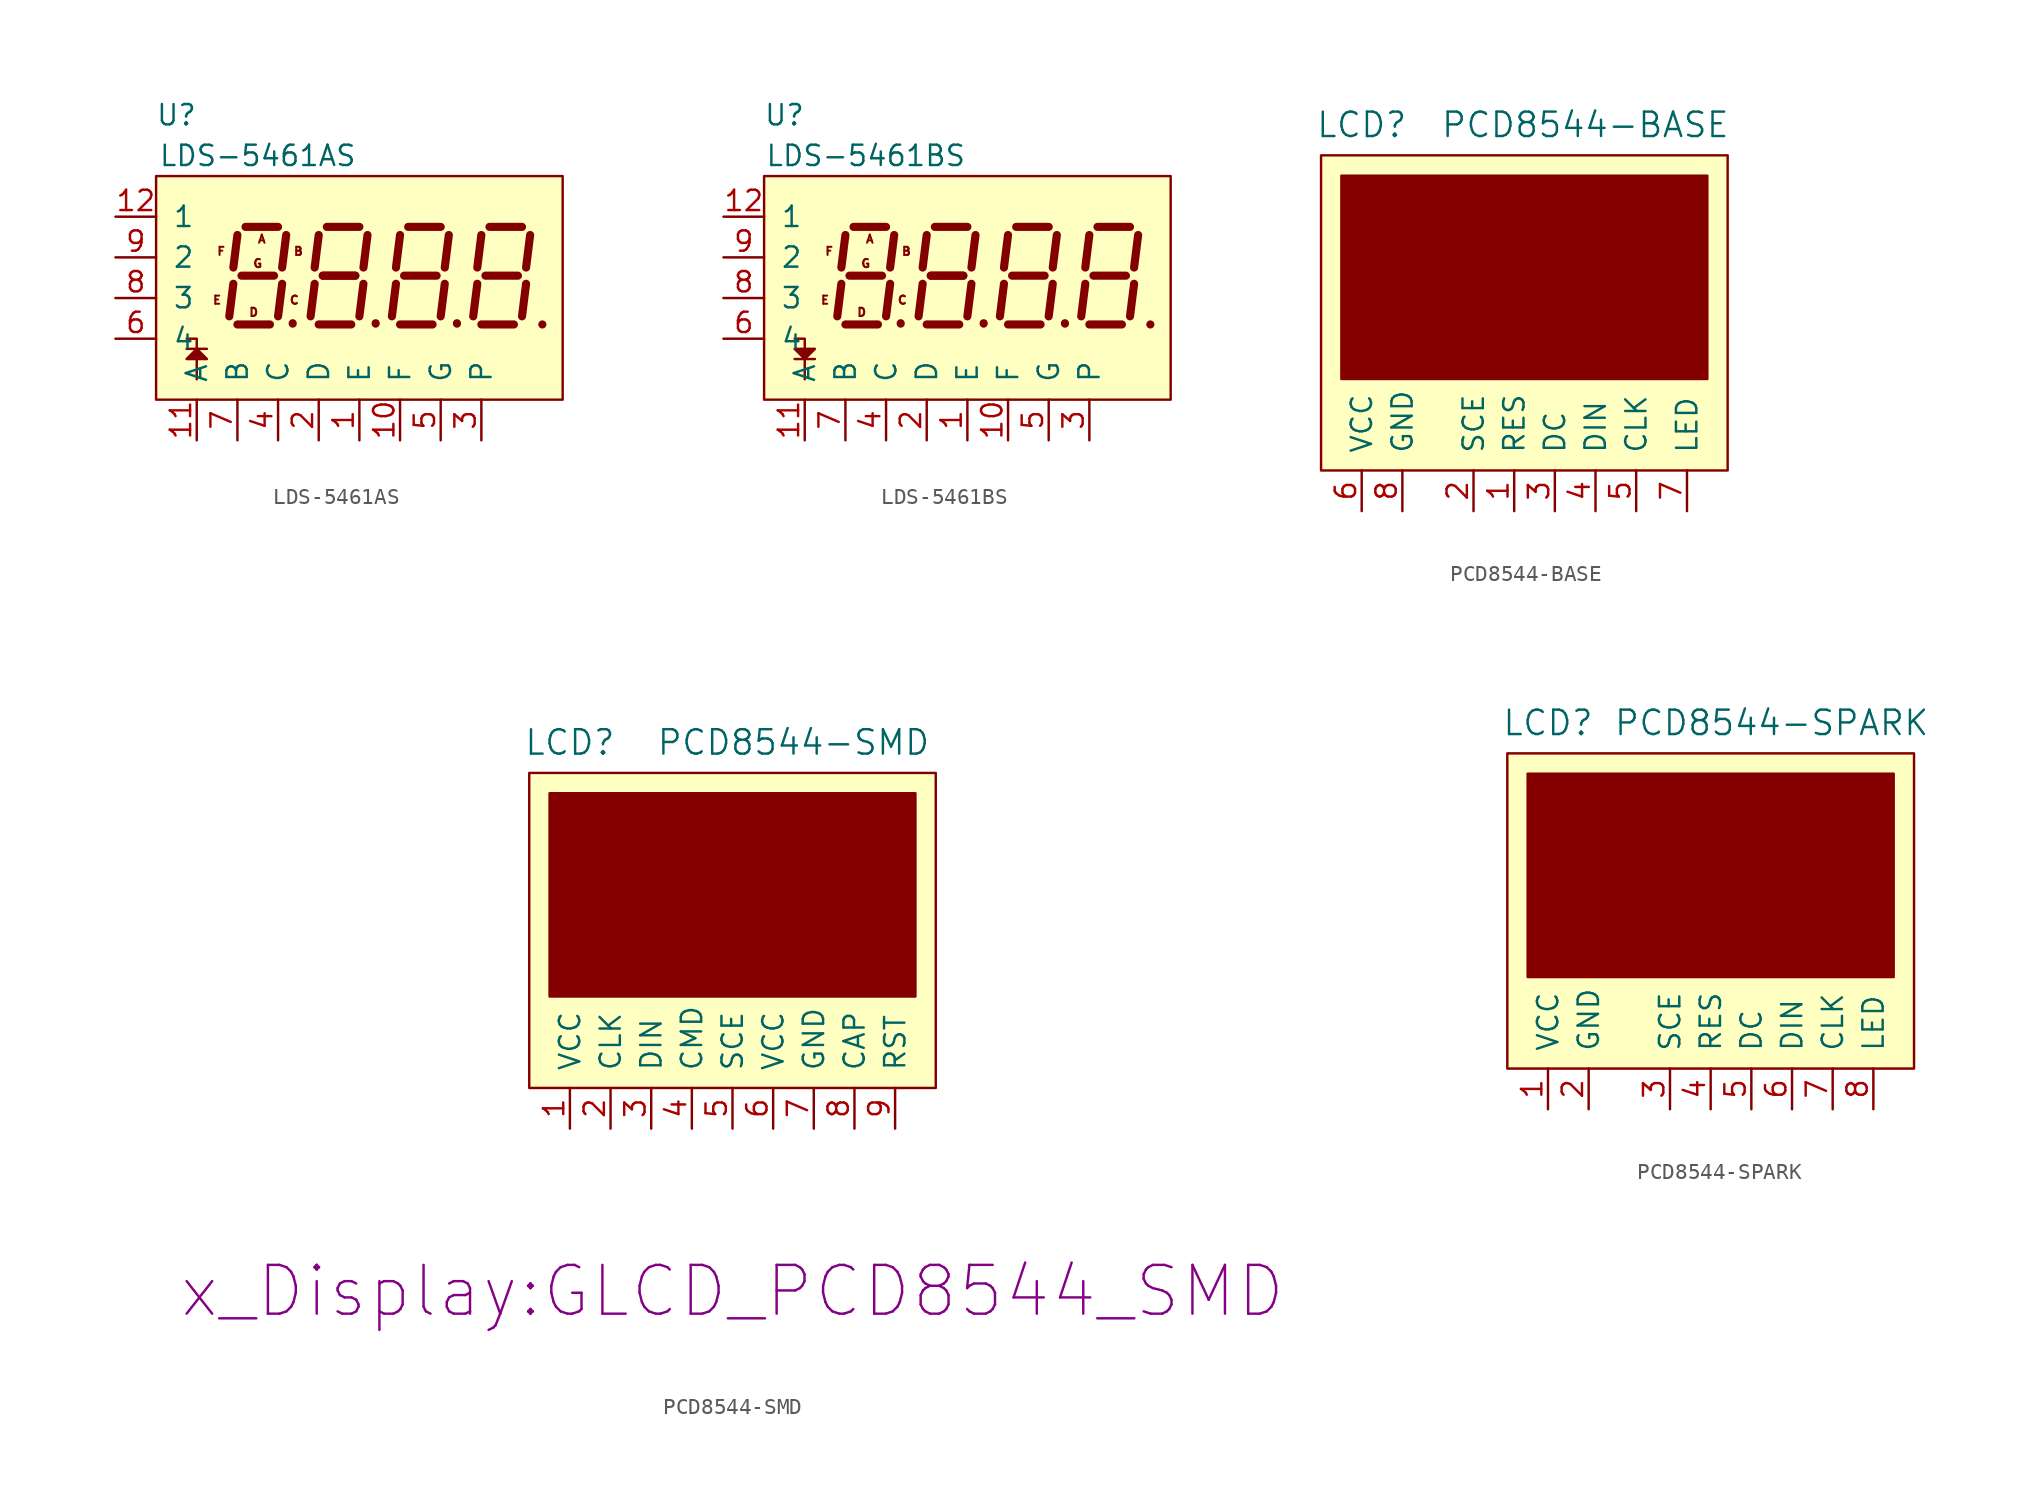
<source format=kicad_sym>
(kicad_symbol_lib
  (version 20211014)
  (generator kicad_symbol_editor)
  (symbol "LDS-5461AS"
    (pin_names
      (offset 1.016))
    (property "Reference" "U"
      (at -10.16 11.43 0)
      (effects (font (size 1.27 1.27))))
    (property "Value" "LDS-5461AS"
      (at -5.08 8.89 0)
      (effects (font (size 1.27 1.27))))
    (symbol "LDS-5461AS_0_1"
      (rectangle (start -11.43 7.62) (end 13.97 -6.35) (stroke (width 0) (type default) (color 0 0 0 0)) (fill (type background)))
      (polyline (pts (xy -9.525 -3.175) (xy -8.255 -3.175)) (stroke (width 0) (type default) (color 0 0 0 0)) (fill (type none)))
      (polyline (pts (xy -8.89 -3.81) (xy -8.89 -5.08)) (stroke (width 0) (type default) (color 0 0 0 0)) (fill (type none)))
      (polyline (pts (xy -8.89 -3.175) (xy -8.89 -2.54) (xy -9.525 -2.54)) (stroke (width 0) (type default) (color 0 0 0 0)) (fill (type none)))
      (polyline (pts (xy -8.255 -3.81) (xy -9.525 -3.81) (xy -8.89 -3.175) (xy -8.255 -3.81)) (stroke (width 0) (type default) (color 0 0 0 0)) (fill (type outline))))
    (symbol "LDS-5461AS_1_0"
      (text "A" (at -4.826 3.683 0) (effects (font (size 0.508 0.508))))
      (text "B" (at -2.54 2.921 0) (effects (font (size 0.508 0.508))))
      (text "C" (at -2.794 -0.127 0) (effects (font (size 0.508 0.508))))
      (text "D" (at -5.334 -0.889 0) (effects (font (size 0.508 0.508))))
      (text "E" (at -7.62 -0.127 0) (effects (font (size 0.508 0.508))))
      (text "F" (at -7.366 2.921 0) (effects (font (size 0.508 0.508))))
      (text "G" (at -5.08 2.159 0) (effects (font (size 0.508 0.508)))))
    (symbol "LDS-5461AS_1_1"
      (polyline (pts (xy -6.604 0.889) (xy -6.858 -1.143)) (stroke (width 0.508) (type default) (color 0 0 0 0)) (fill (type none)))
      (polyline (pts (xy -6.35 -1.651) (xy -4.318 -1.651)) (stroke (width 0.508) (type default) (color 0 0 0 0)) (fill (type none)))
      (polyline (pts (xy -6.35 3.937) (xy -6.604 1.905)) (stroke (width 0.508) (type default) (color 0 0 0 0)) (fill (type none)))
      (polyline (pts (xy -6.096 1.397) (xy -4.064 1.397)) (stroke (width 0.508) (type default) (color 0 0 0 0)) (fill (type none)))
      (polyline (pts (xy -5.842 4.445) (xy -3.81 4.445)) (stroke (width 0.508) (type default) (color 0 0 0 0)) (fill (type none)))
      (polyline (pts (xy -3.556 0.889) (xy -3.81 -1.143)) (stroke (width 0.508) (type default) (color 0 0 0 0)) (fill (type none)))
      (polyline (pts (xy -3.302 3.937) (xy -3.556 1.905)) (stroke (width 0.508) (type default) (color 0 0 0 0)) (fill (type none)))
      (polyline (pts (xy -2.896 -1.6) (xy -2.896 -1.575)) (stroke (width 0.508) (type default) (color 0 0 0 0)) (fill (type none)))
      (polyline (pts (xy -1.524 0.889) (xy -1.778 -1.143)) (stroke (width 0.508) (type default) (color 0 0 0 0)) (fill (type none)))
      (polyline (pts (xy -1.27 -1.651) (xy 0.762 -1.651)) (stroke (width 0.508) (type default) (color 0 0 0 0)) (fill (type none)))
      (polyline (pts (xy -1.27 3.937) (xy -1.524 1.905)) (stroke (width 0.508) (type default) (color 0 0 0 0)) (fill (type none)))
      (polyline (pts (xy -1.016 1.397) (xy 1.016 1.397)) (stroke (width 0.508) (type default) (color 0 0 0 0)) (fill (type none)))
      (polyline (pts (xy -1.016 1.397) (xy 1.016 1.397)) (stroke (width 0.508) (type default) (color 0 0 0 0)) (fill (type none)))
      (polyline (pts (xy -0.762 4.445) (xy 1.27 4.445)) (stroke (width 0.508) (type default) (color 0 0 0 0)) (fill (type none)))
      (polyline (pts (xy 1.524 0.889) (xy 1.27 -1.143)) (stroke (width 0.508) (type default) (color 0 0 0 0)) (fill (type none)))
      (polyline (pts (xy 1.778 3.937) (xy 1.524 1.905)) (stroke (width 0.508) (type default) (color 0 0 0 0)) (fill (type none)))
      (polyline (pts (xy 2.286 -1.6) (xy 2.286 -1.575)) (stroke (width 0.508) (type default) (color 0 0 0 0)) (fill (type none)))
      (polyline (pts (xy 3.556 0.889) (xy 3.302 -1.143)) (stroke (width 0.508) (type default) (color 0 0 0 0)) (fill (type none)))
      (polyline (pts (xy 3.81 -1.651) (xy 5.842 -1.651)) (stroke (width 0.508) (type default) (color 0 0 0 0)) (fill (type none)))
      (polyline (pts (xy 3.81 3.937) (xy 3.556 1.905)) (stroke (width 0.508) (type default) (color 0 0 0 0)) (fill (type none)))
      (polyline (pts (xy 4.064 1.397) (xy 6.096 1.397)) (stroke (width 0.508) (type default) (color 0 0 0 0)) (fill (type none)))
      (polyline (pts (xy 4.318 4.445) (xy 6.35 4.445)) (stroke (width 0.508) (type default) (color 0 0 0 0)) (fill (type none)))
      (polyline (pts (xy 6.604 0.889) (xy 6.35 -1.143)) (stroke (width 0.508) (type default) (color 0 0 0 0)) (fill (type none)))
      (polyline (pts (xy 6.858 3.937) (xy 6.604 1.905)) (stroke (width 0.508) (type default) (color 0 0 0 0)) (fill (type none)))
      (polyline (pts (xy 7.366 -1.6) (xy 7.366 -1.575)) (stroke (width 0.508) (type default) (color 0 0 0 0)) (fill (type none)))
      (polyline (pts (xy 8.636 0.889) (xy 8.382 -1.143)) (stroke (width 0.508) (type default) (color 0 0 0 0)) (fill (type none)))
      (polyline (pts (xy 8.89 -1.651) (xy 10.922 -1.651)) (stroke (width 0.508) (type default) (color 0 0 0 0)) (fill (type none)))
      (polyline (pts (xy 8.89 3.937) (xy 8.636 1.905)) (stroke (width 0.508) (type default) (color 0 0 0 0)) (fill (type none)))
      (polyline (pts (xy 9.144 1.397) (xy 11.176 1.397)) (stroke (width 0.508) (type default) (color 0 0 0 0)) (fill (type none)))
      (polyline (pts (xy 9.398 4.445) (xy 11.43 4.445)) (stroke (width 0.508) (type default) (color 0 0 0 0)) (fill (type none)))
      (polyline (pts (xy 11.684 0.889) (xy 11.43 -1.143)) (stroke (width 0.508) (type default) (color 0 0 0 0)) (fill (type none)))
      (polyline (pts (xy 11.938 3.937) (xy 11.684 1.905)) (stroke (width 0.508) (type default) (color 0 0 0 0)) (fill (type none)))
      (polyline (pts (xy 12.7 -1.651) (xy 12.7 -1.651)) (stroke (width 0.508) (type default) (color 0 0 0 0)) (fill (type none)))
      (pin input line (at 1.27 -8.89 90) (length 2.54) (name "E" (effects (font (size 1.27 1.27)))) (number "1" (effects (font (size 1.27 1.27)))))
      (pin input line (at 3.81 -8.89 90) (length 2.54) (name "F" (effects (font (size 1.27 1.27)))) (number "10" (effects (font (size 1.27 1.27)))))
      (pin input line (at -8.89 -8.89 90) (length 2.54) (name "A" (effects (font (size 1.27 1.27)))) (number "11" (effects (font (size 1.27 1.27)))))
      (pin input line (at -13.97 5.08 0) (length 2.54) (name "1" (effects (font (size 1.27 1.27)))) (number "12" (effects (font (size 1.27 1.27)))))
      (pin input line (at -1.27 -8.89 90) (length 2.54) (name "D" (effects (font (size 1.27 1.27)))) (number "2" (effects (font (size 1.27 1.27)))))
      (pin input line (at 8.89 -8.89 90) (length 2.54) (name "P" (effects (font (size 1.27 1.27)))) (number "3" (effects (font (size 1.27 1.27)))))
      (pin input line (at -3.81 -8.89 90) (length 2.54) (name "C" (effects (font (size 1.27 1.27)))) (number "4" (effects (font (size 1.27 1.27)))))
      (pin input line (at 6.35 -8.89 90) (length 2.54) (name "G" (effects (font (size 1.27 1.27)))) (number "5" (effects (font (size 1.27 1.27)))))
      (pin input line (at -13.97 -2.54 0) (length 2.54) (name "4" (effects (font (size 1.27 1.27)))) (number "6" (effects (font (size 1.27 1.27)))))
      (pin input line (at -6.35 -8.89 90) (length 2.54) (name "B" (effects (font (size 1.27 1.27)))) (number "7" (effects (font (size 1.27 1.27)))))
      (pin input line (at -13.97 0 0) (length 2.54) (name "3" (effects (font (size 1.27 1.27)))) (number "8" (effects (font (size 1.27 1.27)))))
      (pin input line (at -13.97 2.54 0) (length 2.54) (name "2" (effects (font (size 1.27 1.27)))) (number "9" (effects (font (size 1.27 1.27)))))))
  (symbol "LDS-5461BS"
    (pin_names
      (offset 1.016))
    (property "Reference" "U"
      (at -10.16 11.43 0)
      (effects (font (size 1.27 1.27))))
    (property "Value" "LDS-5461BS"
      (at -5.08 8.89 0)
      (effects (font (size 1.27 1.27))))
    (symbol "LDS-5461BS_0_1"
      (rectangle (start -11.43 7.62) (end 13.97 -6.35) (stroke (width 0) (type default) (color 0 0 0 0)) (fill (type background))))
    (symbol "LDS-5461BS_1_0"
      (text "A" (at -4.826 3.683 0) (effects (font (size 0.508 0.508))))
      (text "B" (at -2.54 2.921 0) (effects (font (size 0.508 0.508))))
      (text "C" (at -2.794 -0.127 0) (effects (font (size 0.508 0.508))))
      (text "D" (at -5.334 -0.889 0) (effects (font (size 0.508 0.508))))
      (text "E" (at -7.62 -0.127 0) (effects (font (size 0.508 0.508))))
      (text "F" (at -7.366 2.921 0) (effects (font (size 0.508 0.508))))
      (text "G" (at -5.08 2.159 0) (effects (font (size 0.508 0.508)))))
    (symbol "LDS-5461BS_1_1"
      (polyline (pts (xy -9.525 -3.81) (xy -8.255 -3.81)) (stroke (width 0) (type default) (color 0 0 0 0)) (fill (type none)))
      (polyline (pts (xy -8.89 -3.81) (xy -8.89 -5.08)) (stroke (width 0) (type default) (color 0 0 0 0)) (fill (type none)))
      (polyline (pts (xy -6.604 0.889) (xy -6.858 -1.143)) (stroke (width 0.508) (type default) (color 0 0 0 0)) (fill (type none)))
      (polyline (pts (xy -6.35 -1.651) (xy -4.318 -1.651)) (stroke (width 0.508) (type default) (color 0 0 0 0)) (fill (type none)))
      (polyline (pts (xy -6.35 3.937) (xy -6.604 1.905)) (stroke (width 0.508) (type default) (color 0 0 0 0)) (fill (type none)))
      (polyline (pts (xy -6.096 1.397) (xy -4.064 1.397)) (stroke (width 0.508) (type default) (color 0 0 0 0)) (fill (type none)))
      (polyline (pts (xy -5.842 4.445) (xy -3.81 4.445)) (stroke (width 0.508) (type default) (color 0 0 0 0)) (fill (type none)))
      (polyline (pts (xy -3.556 0.889) (xy -3.81 -1.143)) (stroke (width 0.508) (type default) (color 0 0 0 0)) (fill (type none)))
      (polyline (pts (xy -3.302 3.937) (xy -3.556 1.905)) (stroke (width 0.508) (type default) (color 0 0 0 0)) (fill (type none)))
      (polyline (pts (xy -2.896 -1.6) (xy -2.896 -1.575)) (stroke (width 0.508) (type default) (color 0 0 0 0)) (fill (type none)))
      (polyline (pts (xy -1.524 0.889) (xy -1.778 -1.143)) (stroke (width 0.508) (type default) (color 0 0 0 0)) (fill (type none)))
      (polyline (pts (xy -1.27 -1.651) (xy 0.762 -1.651)) (stroke (width 0.508) (type default) (color 0 0 0 0)) (fill (type none)))
      (polyline (pts (xy -1.27 3.937) (xy -1.524 1.905)) (stroke (width 0.508) (type default) (color 0 0 0 0)) (fill (type none)))
      (polyline (pts (xy -1.016 1.397) (xy 1.016 1.397)) (stroke (width 0.508) (type default) (color 0 0 0 0)) (fill (type none)))
      (polyline (pts (xy -1.016 1.397) (xy 1.016 1.397)) (stroke (width 0.508) (type default) (color 0 0 0 0)) (fill (type none)))
      (polyline (pts (xy -0.762 4.445) (xy 1.27 4.445)) (stroke (width 0.508) (type default) (color 0 0 0 0)) (fill (type none)))
      (polyline (pts (xy 1.524 0.889) (xy 1.27 -1.143)) (stroke (width 0.508) (type default) (color 0 0 0 0)) (fill (type none)))
      (polyline (pts (xy 1.778 3.937) (xy 1.524 1.905)) (stroke (width 0.508) (type default) (color 0 0 0 0)) (fill (type none)))
      (polyline (pts (xy 2.286 -1.6) (xy 2.286 -1.575)) (stroke (width 0.508) (type default) (color 0 0 0 0)) (fill (type none)))
      (polyline (pts (xy 3.556 0.889) (xy 3.302 -1.143)) (stroke (width 0.508) (type default) (color 0 0 0 0)) (fill (type none)))
      (polyline (pts (xy 3.81 -1.651) (xy 5.842 -1.651)) (stroke (width 0.508) (type default) (color 0 0 0 0)) (fill (type none)))
      (polyline (pts (xy 3.81 3.937) (xy 3.556 1.905)) (stroke (width 0.508) (type default) (color 0 0 0 0)) (fill (type none)))
      (polyline (pts (xy 4.064 1.397) (xy 6.096 1.397)) (stroke (width 0.508) (type default) (color 0 0 0 0)) (fill (type none)))
      (polyline (pts (xy 4.318 4.445) (xy 6.35 4.445)) (stroke (width 0.508) (type default) (color 0 0 0 0)) (fill (type none)))
      (polyline (pts (xy 6.604 0.889) (xy 6.35 -1.143)) (stroke (width 0.508) (type default) (color 0 0 0 0)) (fill (type none)))
      (polyline (pts (xy 6.858 3.937) (xy 6.604 1.905)) (stroke (width 0.508) (type default) (color 0 0 0 0)) (fill (type none)))
      (polyline (pts (xy 7.366 -1.6) (xy 7.366 -1.575)) (stroke (width 0.508) (type default) (color 0 0 0 0)) (fill (type none)))
      (polyline (pts (xy 8.636 0.889) (xy 8.382 -1.143)) (stroke (width 0.508) (type default) (color 0 0 0 0)) (fill (type none)))
      (polyline (pts (xy 8.89 -1.651) (xy 10.922 -1.651)) (stroke (width 0.508) (type default) (color 0 0 0 0)) (fill (type none)))
      (polyline (pts (xy 8.89 3.937) (xy 8.636 1.905)) (stroke (width 0.508) (type default) (color 0 0 0 0)) (fill (type none)))
      (polyline (pts (xy 9.144 1.397) (xy 11.176 1.397)) (stroke (width 0.508) (type default) (color 0 0 0 0)) (fill (type none)))
      (polyline (pts (xy 9.398 4.445) (xy 11.43 4.445)) (stroke (width 0.508) (type default) (color 0 0 0 0)) (fill (type none)))
      (polyline (pts (xy 11.684 0.889) (xy 11.43 -1.143)) (stroke (width 0.508) (type default) (color 0 0 0 0)) (fill (type none)))
      (polyline (pts (xy 11.938 3.937) (xy 11.684 1.905)) (stroke (width 0.508) (type default) (color 0 0 0 0)) (fill (type none)))
      (polyline (pts (xy 12.7 -1.651) (xy 12.7 -1.651)) (stroke (width 0.508) (type default) (color 0 0 0 0)) (fill (type none)))
      (polyline (pts (xy -8.89 -3.175) (xy -8.89 -2.54) (xy -9.525 -2.54)) (stroke (width 0) (type default) (color 0 0 0 0)) (fill (type none)))
      (polyline (pts (xy -9.525 -3.175) (xy -8.255 -3.175) (xy -8.89 -3.81) (xy -9.525 -3.175)) (stroke (width 0) (type default) (color 0 0 0 0)) (fill (type outline)))
      (pin input line (at 1.27 -8.89 90) (length 2.54) (name "E" (effects (font (size 1.27 1.27)))) (number "1" (effects (font (size 1.27 1.27)))))
      (pin input line (at 3.81 -8.89 90) (length 2.54) (name "F" (effects (font (size 1.27 1.27)))) (number "10" (effects (font (size 1.27 1.27)))))
      (pin input line (at -8.89 -8.89 90) (length 2.54) (name "A" (effects (font (size 1.27 1.27)))) (number "11" (effects (font (size 1.27 1.27)))))
      (pin input line (at -13.97 5.08 0) (length 2.54) (name "1" (effects (font (size 1.27 1.27)))) (number "12" (effects (font (size 1.27 1.27)))))
      (pin input line (at -1.27 -8.89 90) (length 2.54) (name "D" (effects (font (size 1.27 1.27)))) (number "2" (effects (font (size 1.27 1.27)))))
      (pin input line (at 8.89 -8.89 90) (length 2.54) (name "P" (effects (font (size 1.27 1.27)))) (number "3" (effects (font (size 1.27 1.27)))))
      (pin input line (at -3.81 -8.89 90) (length 2.54) (name "C" (effects (font (size 1.27 1.27)))) (number "4" (effects (font (size 1.27 1.27)))))
      (pin input line (at 6.35 -8.89 90) (length 2.54) (name "G" (effects (font (size 1.27 1.27)))) (number "5" (effects (font (size 1.27 1.27)))))
      (pin input line (at -13.97 -2.54 0) (length 2.54) (name "4" (effects (font (size 1.27 1.27)))) (number "6" (effects (font (size 1.27 1.27)))))
      (pin input line (at -6.35 -8.89 90) (length 2.54) (name "B" (effects (font (size 1.27 1.27)))) (number "7" (effects (font (size 1.27 1.27)))))
      (pin input line (at -13.97 0 0) (length 2.54) (name "3" (effects (font (size 1.27 1.27)))) (number "8" (effects (font (size 1.27 1.27)))))
      (pin input line (at -13.97 2.54 0) (length 2.54) (name "2" (effects (font (size 1.27 1.27)))) (number "9" (effects (font (size 1.27 1.27)))))))
  (symbol "PCD8544-BASE"
    (pin_names
      (offset 1.016))
    (property "Reference" "LCD"
      (at -10.16 10.16 0)
      (effects (font (size 1.524 1.524))))
    (property "Value" "PCD8544-BASE"
      (at 3.81 10.16 0)
      (effects (font (size 1.524 1.524))))
    (property "Datasheet" ""
      (at 0 0 0)
      (effects (font (size 3.048 3.048))))
    (symbol "PCD8544-BASE_0_1"
      (rectangle (start -12.7 8.255) (end 12.7 -11.43) (stroke (width 0) (type default) (color 0 0 0 0)) (fill (type background)))
      (rectangle (start -11.43 6.985) (end 11.43 -5.715) (stroke (width 0) (type default) (color 0 0 0 0)) (fill (type outline))))
    (symbol "PCD8544-BASE_1_1"
      (pin input line (at -0.635 -13.97 90) (length 2.54) (name "RES" (effects (font (size 1.27 1.27)))) (number "1" (effects (font (size 1.27 1.27)))))
      (pin input line (at -3.175 -13.97 90) (length 2.54) (name "SCE" (effects (font (size 1.27 1.27)))) (number "2" (effects (font (size 1.27 1.27)))))
      (pin input line (at 1.905 -13.97 90) (length 2.54) (name "DC" (effects (font (size 1.27 1.27)))) (number "3" (effects (font (size 1.27 1.27)))))
      (pin input line (at 4.445 -13.97 90) (length 2.54) (name "DIN" (effects (font (size 1.27 1.27)))) (number "4" (effects (font (size 1.27 1.27)))))
      (pin input line (at 6.985 -13.97 90) (length 2.54) (name "CLK" (effects (font (size 1.27 1.27)))) (number "5" (effects (font (size 1.27 1.27)))))
      (pin input line (at -10.16 -13.97 90) (length 2.54) (name "VCC" (effects (font (size 1.27 1.27)))) (number "6" (effects (font (size 1.27 1.27)))))
      (pin input line (at 10.16 -13.97 90) (length 2.54) (name "LED" (effects (font (size 1.27 1.27)))) (number "7" (effects (font (size 1.27 1.27)))))
      (pin input line (at -7.62 -13.97 90) (length 2.54) (name "GND" (effects (font (size 1.27 1.27)))) (number "8" (effects (font (size 1.27 1.27)))))))
  (symbol "PCD8544-SMD"
    (pin_names
      (offset 1.016))
    (property "Reference" "LCD"
      (at -10.16 10.16 0)
      (effects (font (size 1.524 1.524))))
    (property "Value" "PCD8544-SMD"
      (at 3.81 10.16 0)
      (effects (font (size 1.524 1.524))))
    (property "Footprint" "x_Display:GLCD_PCD8544_SMD"
      (at 0 -24.13 0)
      (effects (font (size 3.048 3.048))))
    (property "Datasheet" ""
      (at 0 0 0)
      (effects (font (size 3.048 3.048))))
    (symbol "PCD8544-SMD_0_1"
      (rectangle (start -12.7 8.255) (end 12.7 -11.43) (stroke (width 0) (type default) (color 0 0 0 0)) (fill (type background)))
      (rectangle (start -11.43 6.985) (end 11.43 -5.715) (stroke (width 0) (type default) (color 0 0 0 0)) (fill (type outline))))
    (symbol "PCD8544-SMD_1_1"
      (pin input line (at -10.16 -13.97 90) (length 2.54) (name "VCC" (effects (font (size 1.27 1.27)))) (number "1" (effects (font (size 1.27 1.27)))))
      (pin input line (at -7.62 -13.97 90) (length 2.54) (name "CLK" (effects (font (size 1.27 1.27)))) (number "2" (effects (font (size 1.27 1.27)))))
      (pin input line (at -5.08 -13.97 90) (length 2.54) (name "DIN" (effects (font (size 1.27 1.27)))) (number "3" (effects (font (size 1.27 1.27)))))
      (pin input line (at -2.54 -13.97 90) (length 2.54) (name "CMD" (effects (font (size 1.27 1.27)))) (number "4" (effects (font (size 1.27 1.27)))))
      (pin input line (at 0 -13.97 90) (length 2.54) (name "SCE" (effects (font (size 1.27 1.27)))) (number "5" (effects (font (size 1.27 1.27)))))
      (pin input line (at 2.54 -13.97 90) (length 2.54) (name "VCC" (effects (font (size 1.27 1.27)))) (number "6" (effects (font (size 1.27 1.27)))))
      (pin input line (at 5.08 -13.97 90) (length 2.54) (name "GND" (effects (font (size 1.27 1.27)))) (number "7" (effects (font (size 1.27 1.27)))))
      (pin input line (at 7.62 -13.97 90) (length 2.54) (name "CAP" (effects (font (size 1.27 1.27)))) (number "8" (effects (font (size 1.27 1.27)))))
      (pin input line (at 10.16 -13.97 90) (length 2.54) (name "RST" (effects (font (size 1.27 1.27)))) (number "9" (effects (font (size 1.27 1.27)))))))
  (symbol "PCD8544-SPARK"
    (pin_names
      (offset 1.016))
    (property "Reference" "LCD"
      (at -10.16 10.16 0)
      (effects (font (size 1.524 1.524))))
    (property "Value" "PCD8544-SPARK"
      (at 3.81 10.16 0)
      (effects (font (size 1.524 1.524))))
    (property "Footprint" ""
      (at 0 0 0)
      (effects (font (size 3.048 3.048))))
    (property "Datasheet" ""
      (at 0 0 0)
      (effects (font (size 3.048 3.048))))
    (symbol "PCD8544-SPARK_0_1"
      (rectangle (start -12.7 8.255) (end 12.7 -11.43) (stroke (width 0) (type default) (color 0 0 0 0)) (fill (type background)))
      (rectangle (start -11.43 6.985) (end 11.43 -5.715) (stroke (width 0) (type default) (color 0 0 0 0)) (fill (type outline))))
    (symbol "PCD8544-SPARK_1_1"
      (pin input line (at -10.16 -13.97 90) (length 2.54) (name "VCC" (effects (font (size 1.27 1.27)))) (number "1" (effects (font (size 1.27 1.27)))))
      (pin input line (at -7.62 -13.97 90) (length 2.54) (name "GND" (effects (font (size 1.27 1.27)))) (number "2" (effects (font (size 1.27 1.27)))))
      (pin input line (at -2.54 -13.97 90) (length 2.54) (name "SCE" (effects (font (size 1.27 1.27)))) (number "3" (effects (font (size 1.27 1.27)))))
      (pin input line (at 0 -13.97 90) (length 2.54) (name "RES" (effects (font (size 1.27 1.27)))) (number "4" (effects (font (size 1.27 1.27)))))
      (pin input line (at 2.54 -13.97 90) (length 2.54) (name "DC" (effects (font (size 1.27 1.27)))) (number "5" (effects (font (size 1.27 1.27)))))
      (pin input line (at 5.08 -13.97 90) (length 2.54) (name "DIN" (effects (font (size 1.27 1.27)))) (number "6" (effects (font (size 1.27 1.27)))))
      (pin input line (at 7.62 -13.97 90) (length 2.54) (name "CLK" (effects (font (size 1.27 1.27)))) (number "7" (effects (font (size 1.27 1.27)))))
      (pin input line (at 10.16 -13.97 90) (length 2.54) (name "LED" (effects (font (size 1.27 1.27)))) (number "8" (effects (font (size 1.27 1.27))))))))
</source>
